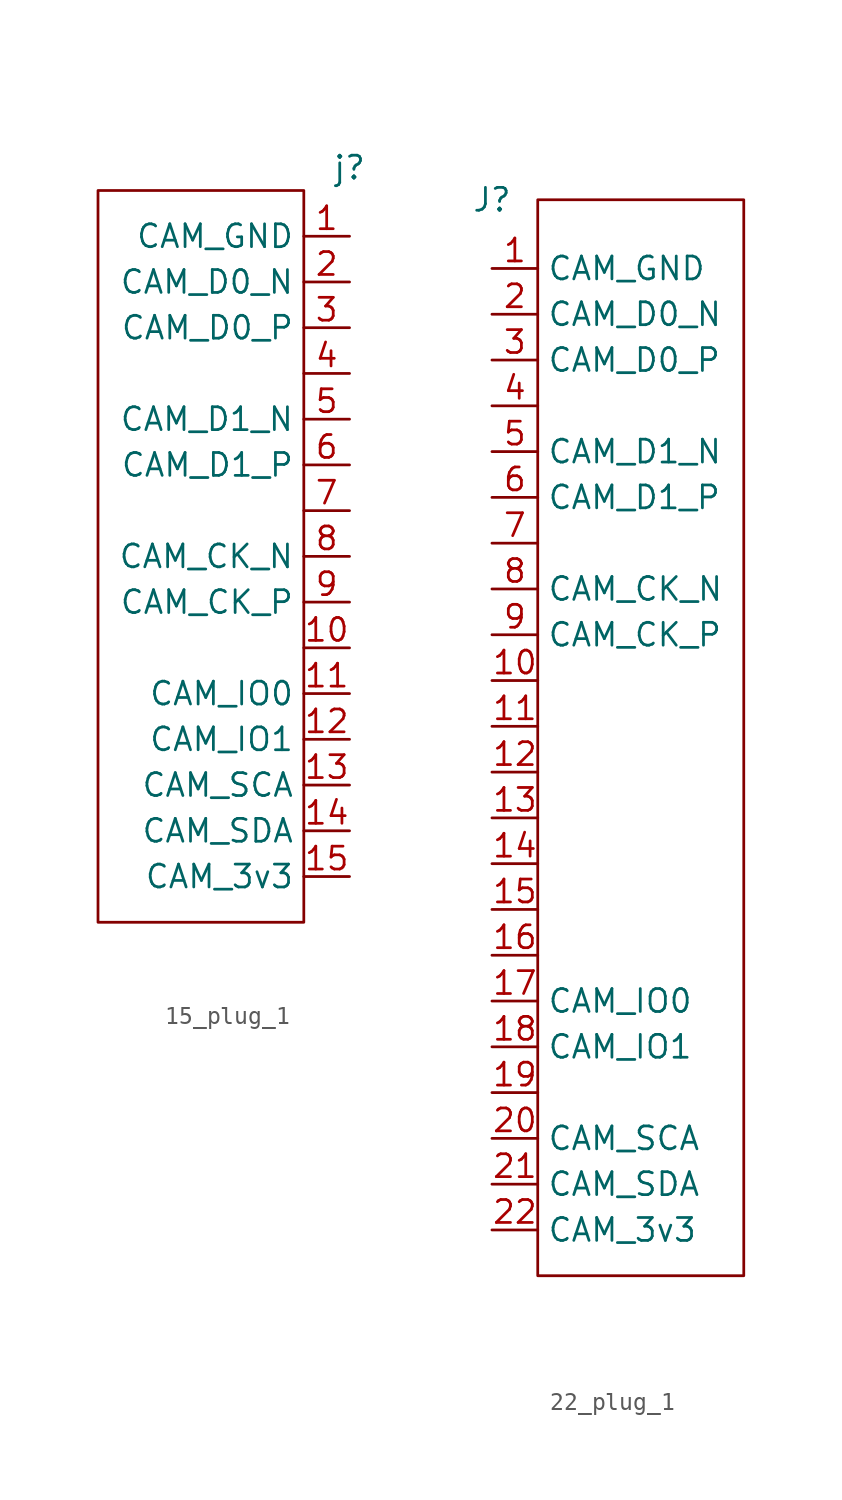
<source format=kicad_sym>
(kicad_symbol_lib
  (version 20241209)
  (generator "kicad_symbol_editor")
  (generator_version "9.0")
  (symbol "15_plug_1"
    (property "Reference" "j"
      (at 0 0 0)
      (effects (font (size 1.27 1.27))))
    (property "Value" ""
      (at 0 0 0)
      (effects (font (size 1.27 1.27))))
    (symbol "15_plug_1_0_1"
      (rectangle (start -13.97 -1.27) (end -2.54 -41.91) (stroke (width 0) (type default)) (fill (type none))))
    (symbol "15_plug_1_1_1"
      (pin power_out line (at 0 -3.81 180) (length 2.54) (name "CAM_GND" (effects (font (size 1.27 1.27)))) (number "1" (effects (font (size 1.27 1.27)))))
      (pin bidirectional line (at 0 -6.35 180) (length 2.54) (name "CAM_D0_N" (effects (font (size 1.27 1.27)))) (number "2" (effects (font (size 1.27 1.27)))))
      (pin bidirectional line (at 0 -8.89 180) (length 2.54) (name "CAM_D0_P" (effects (font (size 1.27 1.27)))) (number "3" (effects (font (size 1.27 1.27)))))
      (pin bidirectional line (at 0 -11.43 180) (length 2.54) (name "" (effects (font (size 1.27 1.27)))) (number "4" (effects (font (size 1.27 1.27)))))
      (pin bidirectional line (at 0 -13.97 180) (length 2.54) (name "CAM_D1_N" (effects (font (size 1.27 1.27)))) (number "5" (effects (font (size 1.27 1.27)))))
      (pin bidirectional line (at 0 -16.51 180) (length 2.54) (name "CAM_D1_P" (effects (font (size 1.27 1.27)))) (number "6" (effects (font (size 1.27 1.27)))))
      (pin bidirectional line (at 0 -19.05 180) (length 2.54) (name "" (effects (font (size 1.27 1.27)))) (number "7" (effects (font (size 1.27 1.27)))))
      (pin bidirectional line (at 0 -21.59 180) (length 2.54) (name "CAM_CK_N" (effects (font (size 1.27 1.27)))) (number "8" (effects (font (size 1.27 1.27)))))
      (pin bidirectional line (at 0 -24.13 180) (length 2.54) (name "CAM_CK_P" (effects (font (size 1.27 1.27)))) (number "9" (effects (font (size 1.27 1.27)))))
      (pin bidirectional line (at 0 -26.67 180) (length 2.54) (name "" (effects (font (size 1.27 1.27)))) (number "10" (effects (font (size 1.27 1.27)))))
      (pin bidirectional line (at 0 -29.21 180) (length 2.54) (name "CAM_IO0" (effects (font (size 1.27 1.27)))) (number "11" (effects (font (size 1.27 1.27)))))
      (pin bidirectional line (at 0 -31.75 180) (length 2.54) (name "CAM_IO1" (effects (font (size 1.27 1.27)))) (number "12" (effects (font (size 1.27 1.27)))))
      (pin bidirectional line (at 0 -34.29 180) (length 2.54) (name "CAM_SCA" (effects (font (size 1.27 1.27)))) (number "13" (effects (font (size 1.27 1.27)))))
      (pin bidirectional line (at 0 -36.83 180) (length 2.54) (name "CAM_SDA" (effects (font (size 1.27 1.27)))) (number "14" (effects (font (size 1.27 1.27)))))
      (pin power_out line (at 0 -39.37 180) (length 2.54) (name "CAM_3v3" (effects (font (size 1.27 1.27)))) (number "15" (effects (font (size 1.27 1.27)))))))
  (symbol "22_plug_1"
    (property "Reference" "J"
      (at 0 0 0)
      (effects (font (size 1.27 1.27))))
    (property "Value" ""
      (at 0 0 0)
      (effects (font (size 1.27 1.27))))
    (property "ki_locked" ""
      (at 0 0 0)
      (effects (font (size 1.27 1.27))))
    (symbol "22_plug_1_1_1"
      (rectangle (start 2.54 0) (end 13.97 -59.69) (stroke (width 0) (type default)) (fill (type none)))
      (pin power_in line (at 0 -3.81 0) (length 2.54) (name "CAM_GND" (effects (font (size 1.27 1.27)))) (number "1" (effects (font (size 1.27 1.27)))))
      (pin bidirectional line (at 0 -6.35 0) (length 2.54) (name "CAM_D0_N" (effects (font (size 1.27 1.27)))) (number "2" (effects (font (size 1.27 1.27)))))
      (pin bidirectional line (at 0 -8.89 0) (length 2.54) (name "CAM_D0_P" (effects (font (size 1.27 1.27)))) (number "3" (effects (font (size 1.27 1.27)))))
      (pin bidirectional line (at 0 -11.43 0) (length 2.54) (name "" (effects (font (size 1.27 1.27)))) (number "4" (effects (font (size 1.27 1.27)))))
      (pin bidirectional line (at 0 -13.97 0) (length 2.54) (name "CAM_D1_N" (effects (font (size 1.27 1.27)))) (number "5" (effects (font (size 1.27 1.27)))))
      (pin bidirectional line (at 0 -16.51 0) (length 2.54) (name "CAM_D1_P" (effects (font (size 1.27 1.27)))) (number "6" (effects (font (size 1.27 1.27)))))
      (pin bidirectional line (at 0 -19.05 0) (length 2.54) (name "" (effects (font (size 1.27 1.27)))) (number "7" (effects (font (size 1.27 1.27)))))
      (pin bidirectional line (at 0 -21.59 0) (length 2.54) (name "CAM_CK_N" (effects (font (size 1.27 1.27)))) (number "8" (effects (font (size 1.27 1.27)))))
      (pin bidirectional line (at 0 -24.13 0) (length 2.54) (name "CAM_CK_P" (effects (font (size 1.27 1.27)))) (number "9" (effects (font (size 1.27 1.27)))))
      (pin bidirectional line (at 0 -26.67 0) (length 2.54) (name "" (effects (font (size 1.27 1.27)))) (number "10" (effects (font (size 1.27 1.27)))))
      (pin passive line (at 0 -29.21 0) (length 2.54) (name "" (effects (font (size 1.27 1.27)))) (number "11" (effects (font (size 1.27 1.27)))))
      (pin passive line (at 0 -31.75 0) (length 2.54) (name "" (effects (font (size 1.27 1.27)))) (number "12" (effects (font (size 1.27 1.27)))))
      (pin bidirectional line (at 0 -34.29 0) (length 2.54) (name "" (effects (font (size 1.27 1.27)))) (number "13" (effects (font (size 1.27 1.27)))))
      (pin passive line (at 0 -36.83 0) (length 2.54) (name "" (effects (font (size 1.27 1.27)))) (number "14" (effects (font (size 1.27 1.27)))))
      (pin passive line (at 0 -39.37 0) (length 2.54) (name "" (effects (font (size 1.27 1.27)))) (number "15" (effects (font (size 1.27 1.27)))))
      (pin bidirectional line (at 0 -41.91 0) (length 2.54) (name "" (effects (font (size 1.27 1.27)))) (number "16" (effects (font (size 1.27 1.27)))))
      (pin bidirectional line (at 0 -44.45 0) (length 2.54) (name "CAM_IO0" (effects (font (size 1.27 1.27)))) (number "17" (effects (font (size 1.27 1.27)))))
      (pin bidirectional line (at 0 -46.99 0) (length 2.54) (name "CAM_IO1" (effects (font (size 1.27 1.27)))) (number "18" (effects (font (size 1.27 1.27)))))
      (pin bidirectional line (at 0 -49.53 0) (length 2.54) (name "" (effects (font (size 1.27 1.27)))) (number "19" (effects (font (size 1.27 1.27)))))
      (pin bidirectional line (at 0 -52.07 0) (length 2.54) (name "CAM_SCA" (effects (font (size 1.27 1.27)))) (number "20" (effects (font (size 1.27 1.27)))))
      (pin bidirectional line (at 0 -54.61 0) (length 2.54) (name "CAM_SDA" (effects (font (size 1.27 1.27)))) (number "21" (effects (font (size 1.27 1.27)))))
      (pin input line (at 0 -57.15 0) (length 2.54) (name "CAM_3v3" (effects (font (size 1.27 1.27)))) (number "22" (effects (font (size 1.27 1.27))))))))
</source>
